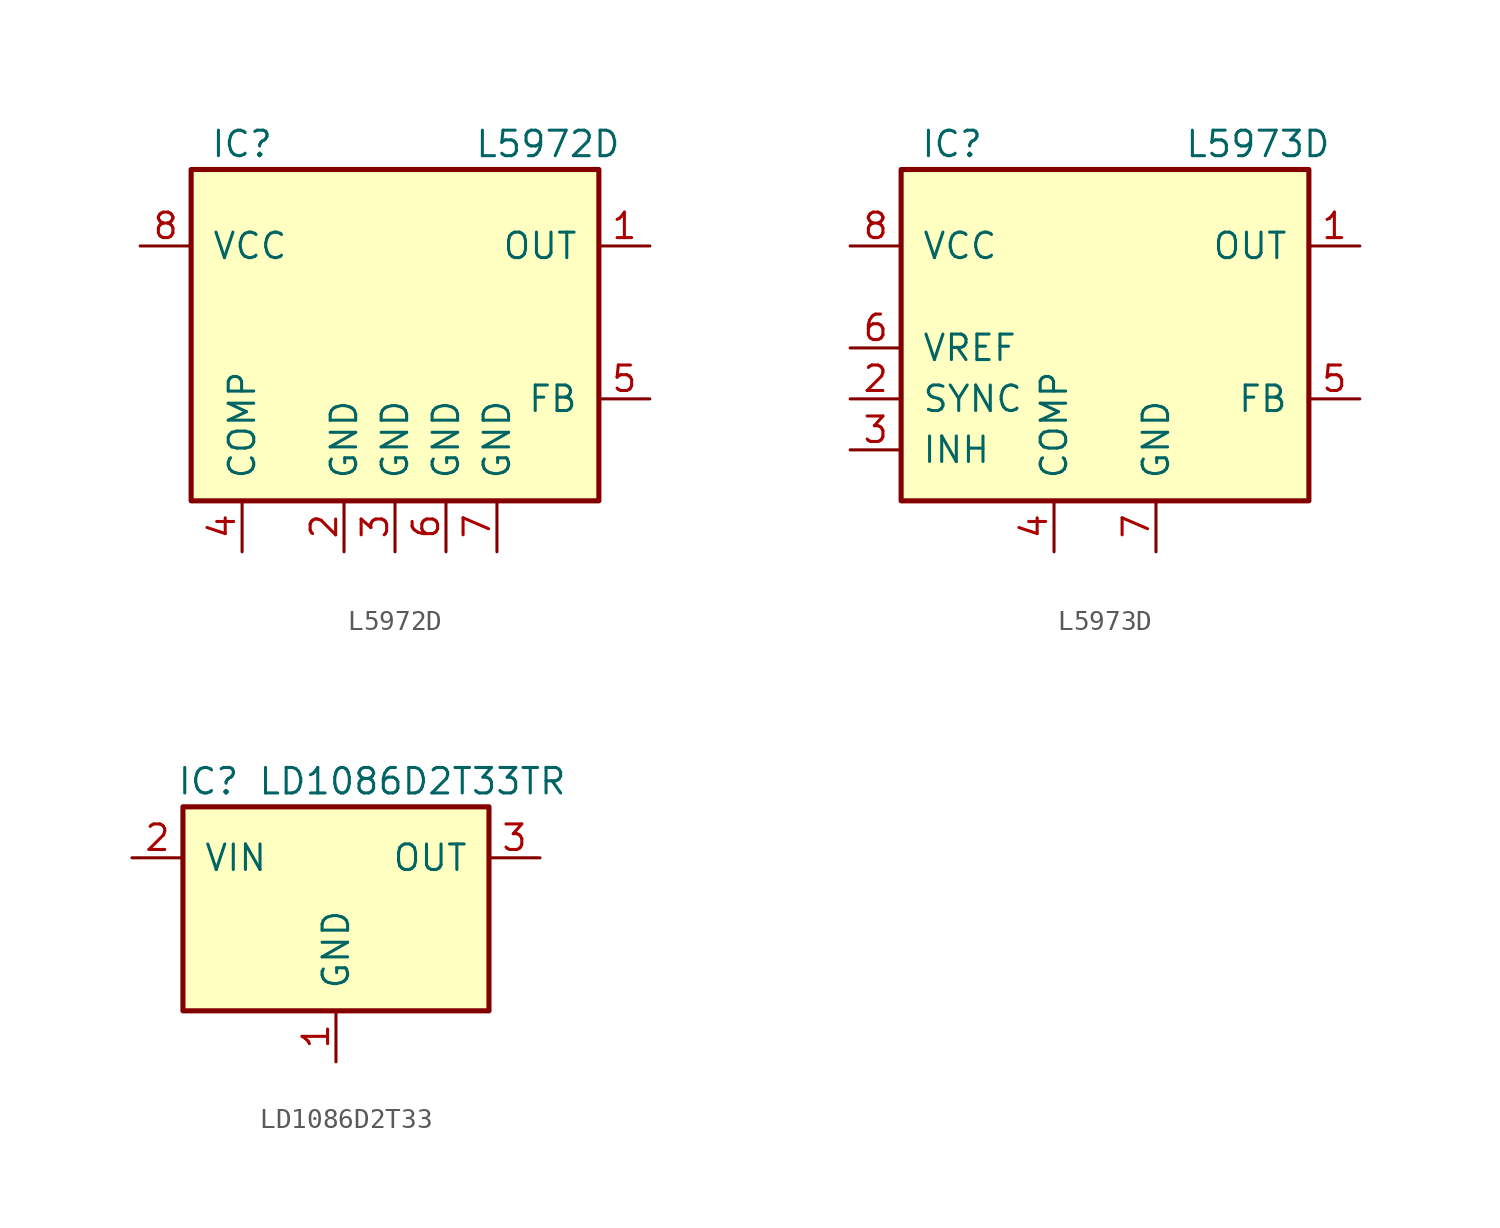
<source format=kicad_sym>
(kicad_symbol_lib
  (version 20241209)
  (generator "kicad_symbol_editor")
  (generator_version "9.0")
  (symbol "L5972D"
    (pin_names
      (offset 1.016))
    (property "Reference" "IC"
      (at -7.62 10.16 0)
      (effects (font (size 1.27 1.27))))
    (property "Value" "L5972D"
      (at 7.62 10.16 0)
      (effects (font (size 1.27 1.27))))
    (symbol "L5972D_0_1"
      (rectangle (start -10.16 8.89) (end 10.16 -7.62) (stroke (width 0.254) (type default)) (fill (type background))))
    (symbol "L5972D_1_1"
      (pin power_in line (at -12.7 5.08 0) (length 2.54) (name "VCC" (effects (font (size 1.27 1.27)))) (number "8" (effects (font (size 1.27 1.27)))))
      (pin passive line (at -7.62 -10.16 90) (length 2.54) (name "COMP" (effects (font (size 1.27 1.27)))) (number "4" (effects (font (size 1.27 1.27)))))
      (pin input line (at -2.54 -10.16 90) (length 2.54) (name "GND" (effects (font (size 1.27 1.27)))) (number "2" (effects (font (size 1.27 1.27)))))
      (pin input line (at 0 -10.16 90) (length 2.54) (name "GND" (effects (font (size 1.27 1.27)))) (number "3" (effects (font (size 1.27 1.27)))))
      (pin passive line (at 2.54 -10.16 90) (length 2.54) (name "GND" (effects (font (size 1.27 1.27)))) (number "6" (effects (font (size 1.27 1.27)))))
      (pin passive line (at 5.08 -10.16 90) (length 2.54) (name "GND" (effects (font (size 1.27 1.27)))) (number "7" (effects (font (size 1.27 1.27)))))
      (pin power_out line (at 12.7 5.08 180) (length 2.54) (name "OUT" (effects (font (size 1.27 1.27)))) (number "1" (effects (font (size 1.27 1.27)))))
      (pin passive line (at 12.7 -2.54 180) (length 2.54) (name "FB" (effects (font (size 1.27 1.27)))) (number "5" (effects (font (size 1.27 1.27)))))))
  (symbol "L5973D"
    (pin_names
      (offset 1.016))
    (property "Reference" "IC"
      (at -7.62 10.16 0)
      (effects (font (size 1.27 1.27))))
    (property "Value" "L5973D"
      (at 7.62 10.16 0)
      (effects (font (size 1.27 1.27))))
    (symbol "L5973D_0_1"
      (rectangle (start -10.16 8.89) (end 10.16 -7.62) (stroke (width 0.254) (type default)) (fill (type background))))
    (symbol "L5973D_1_1"
      (pin power_in line (at -12.7 5.08 0) (length 2.54) (name "VCC" (effects (font (size 1.27 1.27)))) (number "8" (effects (font (size 1.27 1.27)))))
      (pin passive line (at -12.7 0 0) (length 2.54) (name "VREF" (effects (font (size 1.27 1.27)))) (number "6" (effects (font (size 1.27 1.27)))))
      (pin input line (at -12.7 -2.54 0) (length 2.54) (name "SYNC" (effects (font (size 1.27 1.27)))) (number "2" (effects (font (size 1.27 1.27)))))
      (pin input line (at -12.7 -5.08 0) (length 2.54) (name "INH" (effects (font (size 1.27 1.27)))) (number "3" (effects (font (size 1.27 1.27)))))
      (pin passive line (at -2.54 -10.16 90) (length 2.54) (name "COMP" (effects (font (size 1.27 1.27)))) (number "4" (effects (font (size 1.27 1.27)))))
      (pin passive line (at 2.54 -10.16 90) (length 2.54) (name "GND" (effects (font (size 1.27 1.27)))) (number "7" (effects (font (size 1.27 1.27)))))
      (pin power_out line (at 12.7 5.08 180) (length 2.54) (name "OUT" (effects (font (size 1.27 1.27)))) (number "1" (effects (font (size 1.27 1.27)))))
      (pin passive line (at 12.7 -2.54 180) (length 2.54) (name "FB" (effects (font (size 1.27 1.27)))) (number "5" (effects (font (size 1.27 1.27)))))))
  (symbol "LD1086D2T33"
    (pin_names
      (offset 1.016))
    (property "Reference" "IC"
      (at -6.35 6.35 0)
      (effects (font (size 1.27 1.27))))
    (property "Value" "LD1086D2T33TR"
      (at 3.81 6.35 0)
      (effects (font (size 1.27 1.27))))
    (symbol "LD1086D2T33_0_1"
      (rectangle (start -7.62 5.08) (end 7.62 -5.08) (stroke (width 0.254) (type default)) (fill (type background))))
    (symbol "LD1086D2T33_1_1"
      (pin power_in line (at -10.16 2.54 0) (length 2.54) (name "VIN" (effects (font (size 1.27 1.27)))) (number "2" (effects (font (size 1.27 1.27)))))
      (pin passive line (at 0 -7.62 90) (length 2.54) (name "GND" (effects (font (size 1.27 1.27)))) (number "1" (effects (font (size 1.27 1.27)))))
      (pin power_out line (at 10.16 2.54 180) (length 2.54) (name "OUT" (effects (font (size 1.27 1.27)))) (number "3" (effects (font (size 1.27 1.27))))))))
</source>
